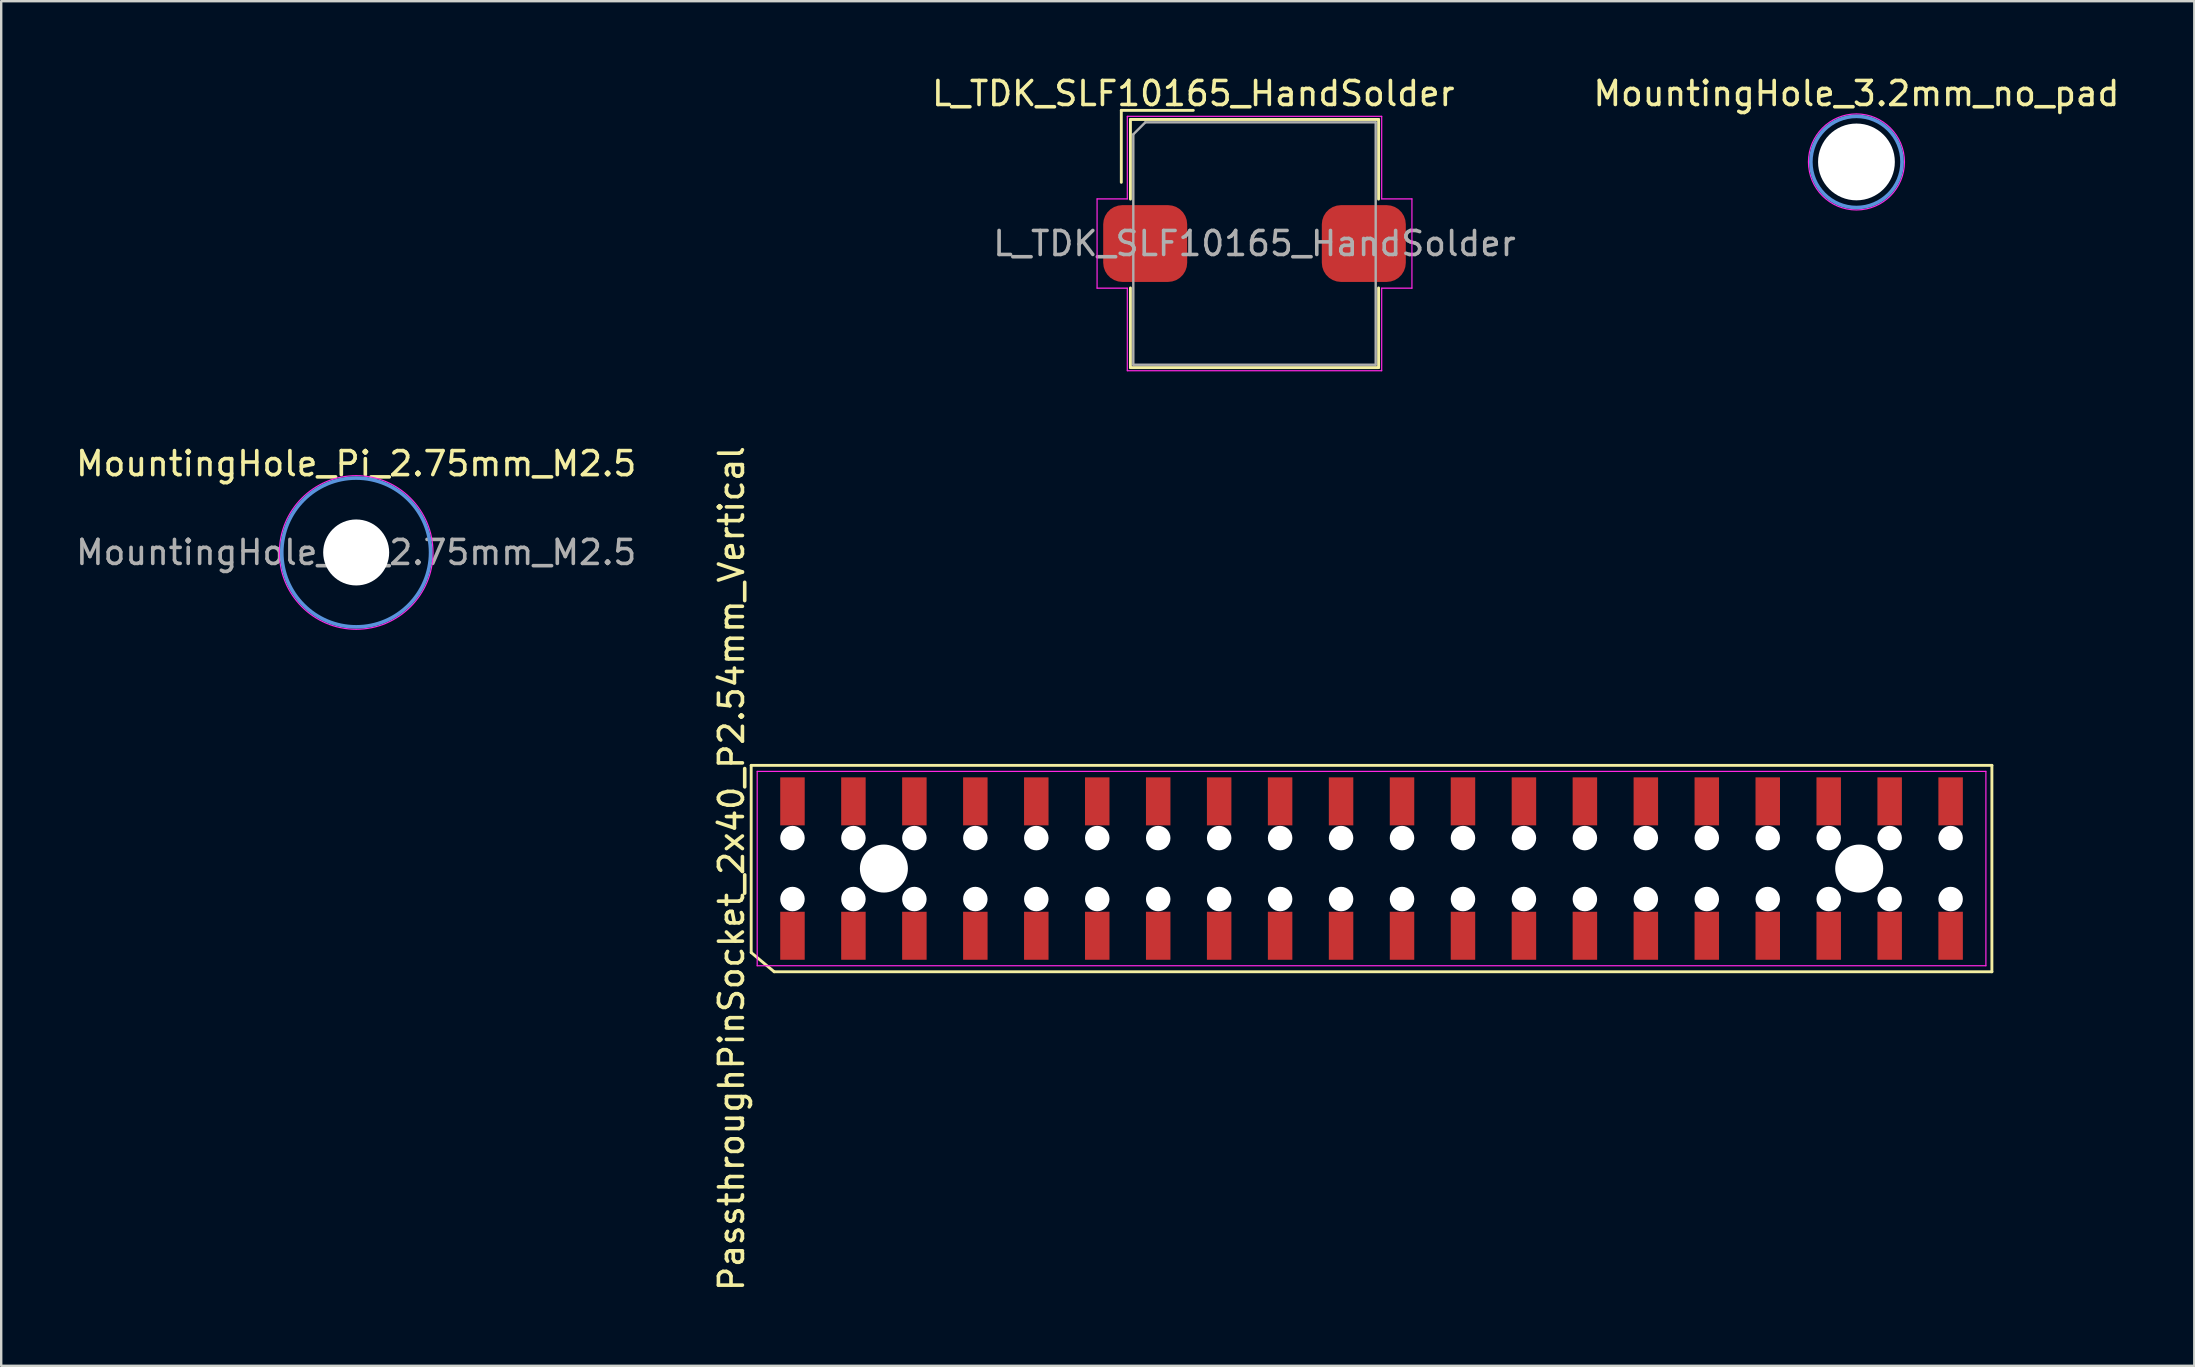
<source format=kicad_pcb>
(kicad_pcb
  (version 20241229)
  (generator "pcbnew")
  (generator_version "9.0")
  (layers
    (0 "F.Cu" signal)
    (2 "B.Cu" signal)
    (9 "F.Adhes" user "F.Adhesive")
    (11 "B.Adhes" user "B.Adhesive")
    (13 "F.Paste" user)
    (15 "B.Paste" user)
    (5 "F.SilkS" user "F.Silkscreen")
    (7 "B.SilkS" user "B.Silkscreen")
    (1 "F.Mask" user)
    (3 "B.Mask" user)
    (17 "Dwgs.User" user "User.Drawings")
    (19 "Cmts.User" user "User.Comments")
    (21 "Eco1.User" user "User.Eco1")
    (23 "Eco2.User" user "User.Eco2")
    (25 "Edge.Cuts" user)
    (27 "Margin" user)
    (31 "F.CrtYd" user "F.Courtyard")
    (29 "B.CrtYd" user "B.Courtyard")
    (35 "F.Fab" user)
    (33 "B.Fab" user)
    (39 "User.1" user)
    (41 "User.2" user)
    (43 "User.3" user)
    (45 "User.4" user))
  (footprint "MountingHole_3.2mm_no_pad"
    (layer "F.Cu")
    (at 74.308 3.698)
    (property "Reference" "MountingHole_3.2mm_no_pad" (at 0 -2.85 0) (layer "F.SilkS") (effects (font (size 1 1) (thickness 0.15))))
    (attr exclude_from_pos_files exclude_from_bom)
    (fp_circle (center 0 0) (end 1.9 0) (stroke (width 0.15) (type solid)) (fill no) (layer "Cmts.User"))
    (fp_circle (center 0 0) (end 2 0) (stroke (width 0.05) (type solid)) (fill no) (layer "F.CrtYd"))
    (pad "" np_thru_hole circle (at 0 0) (size 3.2 3.2) (drill 3.2) (layers "*.Cu" "*.Mask")))
  (footprint "MountingHole_Pi_2.75mm_M2.5"
    (layer "F.Cu")
    (at 11.792 19.971)
    (property "Reference" "MountingHole_Pi_2.75mm_M2.5" (at 0 -3.7 0) (layer "F.SilkS") (effects (font (size 1 1) (thickness 0.15))))
    (attr exclude_from_pos_files exclude_from_bom)
    (fp_circle (center 0 0) (end 3.1 0) (stroke (width 0.15) (type solid)) (fill no) (layer "Cmts.User"))
    (fp_circle (center 0 0) (end 3.2 0) (stroke (width 0.05) (type solid)) (fill no) (layer "F.CrtYd"))
    (fp_text user "${REFERENCE}" (at 0 0 0) (layer "F.Fab") (effects (font (size 1 1) (thickness 0.15))))
    (pad "" np_thru_hole circle (at 0 0) (size 2.75 2.75) (drill 2.75) (layers "*.Cu" "*.Mask")))
  (footprint "L_TDK_SLF10165_HandSolder"
    (layer "F.Cu")
    (at 49.225 7.098)
    (property "Reference" "L_TDK_SLF10165_HandSolder" (at -2.55 -6.25 0) (layer "F.SilkS") (effects (font (size 1 1) (thickness 0.15))))
    (attr smd)
    (fp_line (start -5.55 -5.55) (end -2.55 -5.55) (stroke (width 0.12) (type solid)) (layer "F.SilkS"))
    (fp_line (start -5.55 -2.55) (end -5.55 -5.55) (stroke (width 0.12) (type solid)) (layer "F.SilkS"))
    (fp_line (start -5.17 -5.17) (end -5.17 -1.85) (stroke (width 0.12) (type solid)) (layer "F.SilkS"))
    (fp_line (start -5.17 -5.17) (end 5.17 -5.17) (stroke (width 0.12) (type solid)) (layer "F.SilkS"))
    (fp_line (start -5.17 1.85) (end -5.17 5.17) (stroke (width 0.12) (type solid)) (layer "F.SilkS"))
    (fp_line (start -5.17 5.17) (end 5.17 5.17) (stroke (width 0.12) (type solid)) (layer "F.SilkS"))
    (fp_line (start 5.17 -5.17) (end 5.17 -1.85) (stroke (width 0.12) (type solid)) (layer "F.SilkS"))
    (fp_line (start 5.17 1.85) (end 5.17 5.17) (stroke (width 0.12) (type solid)) (layer "F.SilkS"))
    (fp_line (start -6.56 -1.86) (end -6.56 1.86) (stroke (width 0.05) (type solid)) (layer "F.CrtYd"))
    (fp_line (start -6.56 1.86) (end -5.3 1.86) (stroke (width 0.05) (type solid)) (layer "F.CrtYd"))
    (fp_line (start -5.3 -5.3) (end -5.3 -1.86) (stroke (width 0.05) (type solid)) (layer "F.CrtYd"))
    (fp_line (start -5.3 -5.3) (end 5.3 -5.3) (stroke (width 0.05) (type solid)) (layer "F.CrtYd"))
    (fp_line (start -5.3 -1.86) (end -6.56 -1.86) (stroke (width 0.05) (type solid)) (layer "F.CrtYd"))
    (fp_line (start -5.3 1.86) (end -5.3 5.3) (stroke (width 0.05) (type solid)) (layer "F.CrtYd"))
    (fp_line (start -5.3 5.3) (end 5.3 5.3) (stroke (width 0.05) (type solid)) (layer "F.CrtYd"))
    (fp_line (start 5.3 -5.3) (end 5.3 -1.86) (stroke (width 0.05) (type solid)) (layer "F.CrtYd"))
    (fp_line (start 5.3 -1.86) (end 6.56 -1.86) (stroke (width 0.05) (type solid)) (layer "F.CrtYd"))
    (fp_line (start 5.3 1.86) (end 5.3 5.3) (stroke (width 0.05) (type solid)) (layer "F.CrtYd"))
    (fp_line (start 6.56 -1.86) (end 6.56 1.86) (stroke (width 0.05) (type solid)) (layer "F.CrtYd"))
    (fp_line (start 6.56 1.86) (end 5.3 1.86) (stroke (width 0.05) (type solid)) (layer "F.CrtYd"))
    (fp_line (start -5.05 -4.55) (end -4.55 -5.05) (stroke (width 0.1) (type solid)) (layer "F.Fab"))
    (fp_line (start -5.05 5.05) (end -5.05 -4.55) (stroke (width 0.1) (type solid)) (layer "F.Fab"))
    (fp_line (start -4.55 -5.05) (end 5.05 -5.05) (stroke (width 0.1) (type solid)) (layer "F.Fab"))
    (fp_line (start 5.05 -5.05) (end 5.05 5.05) (stroke (width 0.1) (type solid)) (layer "F.Fab"))
    (fp_line (start 5.05 5.05) (end -5.05 5.05) (stroke (width 0.1) (type solid)) (layer "F.Fab"))
    (fp_text user "" (at -49 0.05 0) (layer "F.SilkS") (effects (font (size 3 3) (thickness 0.15))))
    (fp_text user "${REFERENCE}" (at 0 0 0) (layer "F.Fab") (effects (font (size 1 1) (thickness 0.15))))
    (pad "1" smd roundrect (at -4.555 0) (size 3.5 3.2) (layers "F.Cu" "F.Mask" "F.Paste") (roundrect_rratio 0.25))
    (pad "2" smd roundrect (at 3.555 0) (size 3.5 3.2) (drill (offset 1 0)) (layers "F.Cu" "F.Mask" "F.Paste") (roundrect_rratio 0.25)))
  (footprint "PassthroughPinSocket_2x40_P2.54mm_Vertical"
    (layer "F.Cu")
    (at 54.102 33.143)
    (property "Reference" "PassthroughPinSocket_2x40_P2.54mm_Vertical" (at -26.67 0 90) (layer "F.SilkS") (effects (font (size 1 1) (thickness 0.15))))
    (attr through_hole)
    (fp_line (start -25.85 -4.3) (end 25.85 -4.3) (stroke (width 0.12) (type solid)) (layer "F.SilkS"))
    (fp_line (start -25.85 3.5) (end -25.85 -4.3) (stroke (width 0.12) (type solid)) (layer "F.SilkS"))
    (fp_line (start -24.892 4.3) (end -25.85 3.5) (stroke (width 0.12) (type solid)) (layer "F.SilkS"))
    (fp_line (start 25.85 -4.3) (end 25.85 4.3) (stroke (width 0.12) (type solid)) (layer "F.SilkS"))
    (fp_line (start 25.85 4.3) (end -24.892 4.3) (stroke (width 0.12) (type solid)) (layer "F.SilkS"))
    (fp_line (start -25.6 -4.05) (end 25.6 -4.05) (stroke (width 0.05) (type solid)) (layer "F.CrtYd"))
    (fp_line (start -25.6 4.05) (end -25.6 -4.05) (stroke (width 0.05) (type solid)) (layer "F.CrtYd"))
    (fp_line (start 25.6 -4.05) (end 25.6 4.05) (stroke (width 0.05) (type solid)) (layer "F.CrtYd"))
    (fp_line (start 25.6 4.05) (end -25.6 4.05) (stroke (width 0.05) (type solid)) (layer "F.CrtYd"))
    (pad "" np_thru_hole circle (at -24.13 -1.27) (size 1.02 1.02) (drill 1.02) (layers "*.Cu" "*.Mask"))
    (pad "" np_thru_hole circle (at -24.13 1.27) (size 1.02 1.02) (drill 1.02) (layers "*.Cu" "*.Mask"))
    (pad "" np_thru_hole circle (at -21.59 -1.27) (size 1.02 1.02) (drill 1.02) (layers "*.Cu" "*.Mask"))
    (pad "" np_thru_hole circle (at -21.59 1.27) (size 1.02 1.02) (drill 1.02) (layers "*.Cu" "*.Mask"))
    (pad "" np_thru_hole circle (at -20.32 0) (size 2 2) (drill 2) (layers "*.Cu" "*.Mask"))
    (pad "" np_thru_hole circle (at -19.05 -1.27) (size 1.02 1.02) (drill 1.02) (layers "*.Cu" "*.Mask"))
    (pad "" np_thru_hole circle (at -19.05 1.27) (size 1.02 1.02) (drill 1.02) (layers "*.Cu" "*.Mask"))
    (pad "" np_thru_hole circle (at -16.51 -1.27) (size 1.02 1.02) (drill 1.02) (layers "*.Cu" "*.Mask"))
    (pad "" np_thru_hole circle (at -16.51 1.27) (size 1.02 1.02) (drill 1.02) (layers "*.Cu" "*.Mask"))
    (pad "" np_thru_hole circle (at -13.97 -1.27) (size 1.02 1.02) (drill 1.02) (layers "*.Cu" "*.Mask"))
    (pad "" np_thru_hole circle (at -13.97 1.27) (size 1.02 1.02) (drill 1.02) (layers "*.Cu" "*.Mask"))
    (pad "" np_thru_hole circle (at -11.43 -1.27) (size 1.02 1.02) (drill 1.02) (layers "*.Cu" "*.Mask"))
    (pad "" np_thru_hole circle (at -11.43 1.27) (size 1.02 1.02) (drill 1.02) (layers "*.Cu" "*.Mask"))
    (pad "" np_thru_hole circle (at -8.89 -1.27) (size 1.02 1.02) (drill 1.02) (layers "*.Cu" "*.Mask"))
    (pad "" np_thru_hole circle (at -8.89 1.27) (size 1.02 1.02) (drill 1.02) (layers "*.Cu" "*.Mask"))
    (pad "" np_thru_hole circle (at -6.35 -1.27) (size 1.02 1.02) (drill 1.02) (layers "*.Cu" "*.Mask"))
    (pad "" np_thru_hole circle (at -6.35 1.27) (size 1.02 1.02) (drill 1.02) (layers "*.Cu" "*.Mask"))
    (pad "" np_thru_hole circle (at -3.81 -1.27) (size 1.02 1.02) (drill 1.02) (layers "*.Cu" "*.Mask"))
    (pad "" np_thru_hole circle (at -3.81 1.27) (size 1.02 1.02) (drill 1.02) (layers "*.Cu" "*.Mask"))
    (pad "" np_thru_hole circle (at -1.27 -1.27) (size 1.02 1.02) (drill 1.02) (layers "*.Cu" "*.Mask"))
    (pad "" np_thru_hole circle (at -1.27 1.27) (size 1.02 1.02) (drill 1.02) (layers "*.Cu" "*.Mask"))
    (pad "" np_thru_hole circle (at 1.27 -1.27) (size 1.02 1.02) (drill 1.02) (layers "*.Cu" "*.Mask"))
    (pad "" np_thru_hole circle (at 1.27 1.27) (size 1.02 1.02) (drill 1.02) (layers "*.Cu" "*.Mask"))
    (pad "" np_thru_hole circle (at 3.81 -1.27) (size 1.02 1.02) (drill 1.02) (layers "*.Cu" "*.Mask"))
    (pad "" np_thru_hole circle (at 3.81 1.27) (size 1.02 1.02) (drill 1.02) (layers "*.Cu" "*.Mask"))
    (pad "" np_thru_hole circle (at 6.35 -1.27) (size 1.02 1.02) (drill 1.02) (layers "*.Cu" "*.Mask"))
    (pad "" np_thru_hole circle (at 6.35 1.27) (size 1.02 1.02) (drill 1.02) (layers "*.Cu" "*.Mask"))
    (pad "" np_thru_hole circle (at 8.89 -1.27) (size 1.02 1.02) (drill 1.02) (layers "*.Cu" "*.Mask"))
    (pad "" np_thru_hole circle (at 8.89 1.27) (size 1.02 1.02) (drill 1.02) (layers "*.Cu" "*.Mask"))
    (pad "" np_thru_hole circle (at 11.43 -1.27) (size 1.02 1.02) (drill 1.02) (layers "*.Cu" "*.Mask"))
    (pad "" np_thru_hole circle (at 11.43 1.27) (size 1.02 1.02) (drill 1.02) (layers "*.Cu" "*.Mask"))
    (pad "" np_thru_hole circle (at 13.97 -1.27) (size 1.02 1.02) (drill 1.02) (layers "*.Cu" "*.Mask"))
    (pad "" np_thru_hole circle (at 13.97 1.27) (size 1.02 1.02) (drill 1.02) (layers "*.Cu" "*.Mask"))
    (pad "" np_thru_hole circle (at 16.51 -1.27) (size 1.02 1.02) (drill 1.02) (layers "*.Cu" "*.Mask"))
    (pad "" np_thru_hole circle (at 16.51 1.27) (size 1.02 1.02) (drill 1.02) (layers "*.Cu" "*.Mask"))
    (pad "" np_thru_hole circle (at 19.05 -1.27) (size 1.02 1.02) (drill 1.02) (layers "*.Cu" "*.Mask"))
    (pad "" np_thru_hole circle (at 19.05 1.27) (size 1.02 1.02) (drill 1.02) (layers "*.Cu" "*.Mask"))
    (pad "" np_thru_hole circle (at 20.32 0) (size 2 2) (drill 2) (layers "*.Cu" "*.Mask"))
    (pad "" np_thru_hole circle (at 21.59 -1.27) (size 1.02 1.02) (drill 1.02) (layers "*.Cu" "*.Mask"))
    (pad "" np_thru_hole circle (at 21.59 1.27) (size 1.02 1.02) (drill 1.02) (layers "*.Cu" "*.Mask"))
    (pad "" np_thru_hole circle (at 24.13 -1.27) (size 1.02 1.02) (drill 1.02) (layers "*.Cu" "*.Mask"))
    (pad "" np_thru_hole circle (at 24.13 1.27) (size 1.02 1.02) (drill 1.02) (layers "*.Cu" "*.Mask"))
    (pad "1" smd rect (at -24.13 2.8) (size 1.02 2) (layers "F.Cu" "F.Mask" "F.Paste"))
    (pad "2" smd rect (at -24.13 -2.8) (size 1.02 2) (layers "F.Cu" "F.Mask" "F.Paste"))
    (pad "3" smd rect (at -21.59 2.8) (size 1.02 2) (layers "F.Cu" "F.Mask" "F.Paste"))
    (pad "4" smd rect (at -21.59 -2.8) (size 1.02 2) (layers "F.Cu" "F.Mask" "F.Paste"))
    (pad "5" smd rect (at -19.05 2.8) (size 1.02 2) (layers "F.Cu" "F.Mask" "F.Paste"))
    (pad "6" smd rect (at -19.05 -2.8) (size 1.02 2) (layers "F.Cu" "F.Mask" "F.Paste"))
    (pad "7" smd rect (at -16.51 2.8) (size 1.02 2) (layers "F.Cu" "F.Mask" "F.Paste"))
    (pad "8" smd rect (at -16.51 -2.8) (size 1.02 2) (layers "F.Cu" "F.Mask" "F.Paste"))
    (pad "9" smd rect (at -13.97 2.8) (size 1.02 2) (layers "F.Cu" "F.Mask" "F.Paste"))
    (pad "10" smd rect (at -13.97 -2.8) (size 1.02 2) (layers "F.Cu" "F.Mask" "F.Paste"))
    (pad "11" smd rect (at -11.43 2.8) (size 1.02 2) (layers "F.Cu" "F.Mask" "F.Paste"))
    (pad "12" smd rect (at -11.43 -2.8) (size 1.02 2) (layers "F.Cu" "F.Mask" "F.Paste"))
    (pad "13" smd rect (at -8.89 2.8) (size 1.02 2) (layers "F.Cu" "F.Mask" "F.Paste"))
    (pad "14" smd rect (at -8.89 -2.8) (size 1.02 2) (layers "F.Cu" "F.Mask" "F.Paste"))
    (pad "15" smd rect (at -6.35 2.8) (size 1.02 2) (layers "F.Cu" "F.Mask" "F.Paste"))
    (pad "16" smd rect (at -6.35 -2.8) (size 1.02 2) (layers "F.Cu" "F.Mask" "F.Paste"))
    (pad "17" smd rect (at -3.81 2.8) (size 1.02 2) (layers "F.Cu" "F.Mask" "F.Paste"))
    (pad "18" smd rect (at -3.81 -2.8) (size 1.02 2) (layers "F.Cu" "F.Mask" "F.Paste"))
    (pad "19" smd rect (at -1.27 2.8) (size 1.02 2) (layers "F.Cu" "F.Mask" "F.Paste"))
    (pad "20" smd rect (at -1.27 -2.8) (size 1.02 2) (layers "F.Cu" "F.Mask" "F.Paste"))
    (pad "21" smd rect (at 1.27 2.8) (size 1.02 2) (layers "F.Cu" "F.Mask" "F.Paste"))
    (pad "22" smd rect (at 1.27 -2.8) (size 1.02 2) (layers "F.Cu" "F.Mask" "F.Paste"))
    (pad "23" smd rect (at 3.81 2.8) (size 1.02 2) (layers "F.Cu" "F.Mask" "F.Paste"))
    (pad "24" smd rect (at 3.81 -2.8) (size 1.02 2) (layers "F.Cu" "F.Mask" "F.Paste"))
    (pad "25" smd rect (at 6.35 2.8) (size 1.02 2) (layers "F.Cu" "F.Mask" "F.Paste"))
    (pad "26" smd rect (at 6.35 -2.8) (size 1.02 2) (layers "F.Cu" "F.Mask" "F.Paste"))
    (pad "27" smd rect (at 8.89 2.8) (size 1.02 2) (layers "F.Cu" "F.Mask" "F.Paste"))
    (pad "28" smd rect (at 8.89 -2.8) (size 1.02 2) (layers "F.Cu" "F.Mask" "F.Paste"))
    (pad "29" smd rect (at 11.43 2.8) (size 1.02 2) (layers "F.Cu" "F.Mask" "F.Paste"))
    (pad "30" smd rect (at 11.43 -2.8) (size 1.02 2) (layers "F.Cu" "F.Mask" "F.Paste"))
    (pad "31" smd rect (at 13.97 2.8) (size 1.02 2) (layers "F.Cu" "F.Mask" "F.Paste"))
    (pad "32" smd rect (at 13.97 -2.8) (size 1.02 2) (layers "F.Cu" "F.Mask" "F.Paste"))
    (pad "33" smd rect (at 16.51 2.8) (size 1.02 2) (layers "F.Cu" "F.Mask" "F.Paste"))
    (pad "34" smd rect (at 16.51 -2.8) (size 1.02 2) (layers "F.Cu" "F.Mask" "F.Paste"))
    (pad "35" smd rect (at 19.05 2.8) (size 1.02 2) (layers "F.Cu" "F.Mask" "F.Paste"))
    (pad "36" smd rect (at 19.05 -2.8) (size 1.02 2) (layers "F.Cu" "F.Mask" "F.Paste"))
    (pad "37" smd rect (at 21.59 2.8) (size 1.02 2) (layers "F.Cu" "F.Mask" "F.Paste"))
    (pad "38" smd rect (at 21.59 -2.8) (size 1.02 2) (layers "F.Cu" "F.Mask" "F.Paste"))
    (pad "39" smd rect (at 24.13 2.8) (size 1.02 2) (layers "F.Cu" "F.Mask" "F.Paste"))
    (pad "40" smd rect (at 24.13 -2.8) (size 1.02 2) (layers "F.Cu" "F.Mask" "F.Paste")))
  (gr_rect
    (start -3 -3)
    (end 88.386 53.864)
    (stroke (width 0.1) (type default))
    (fill no)
    (layer "Edge.Cuts")))
</source>
